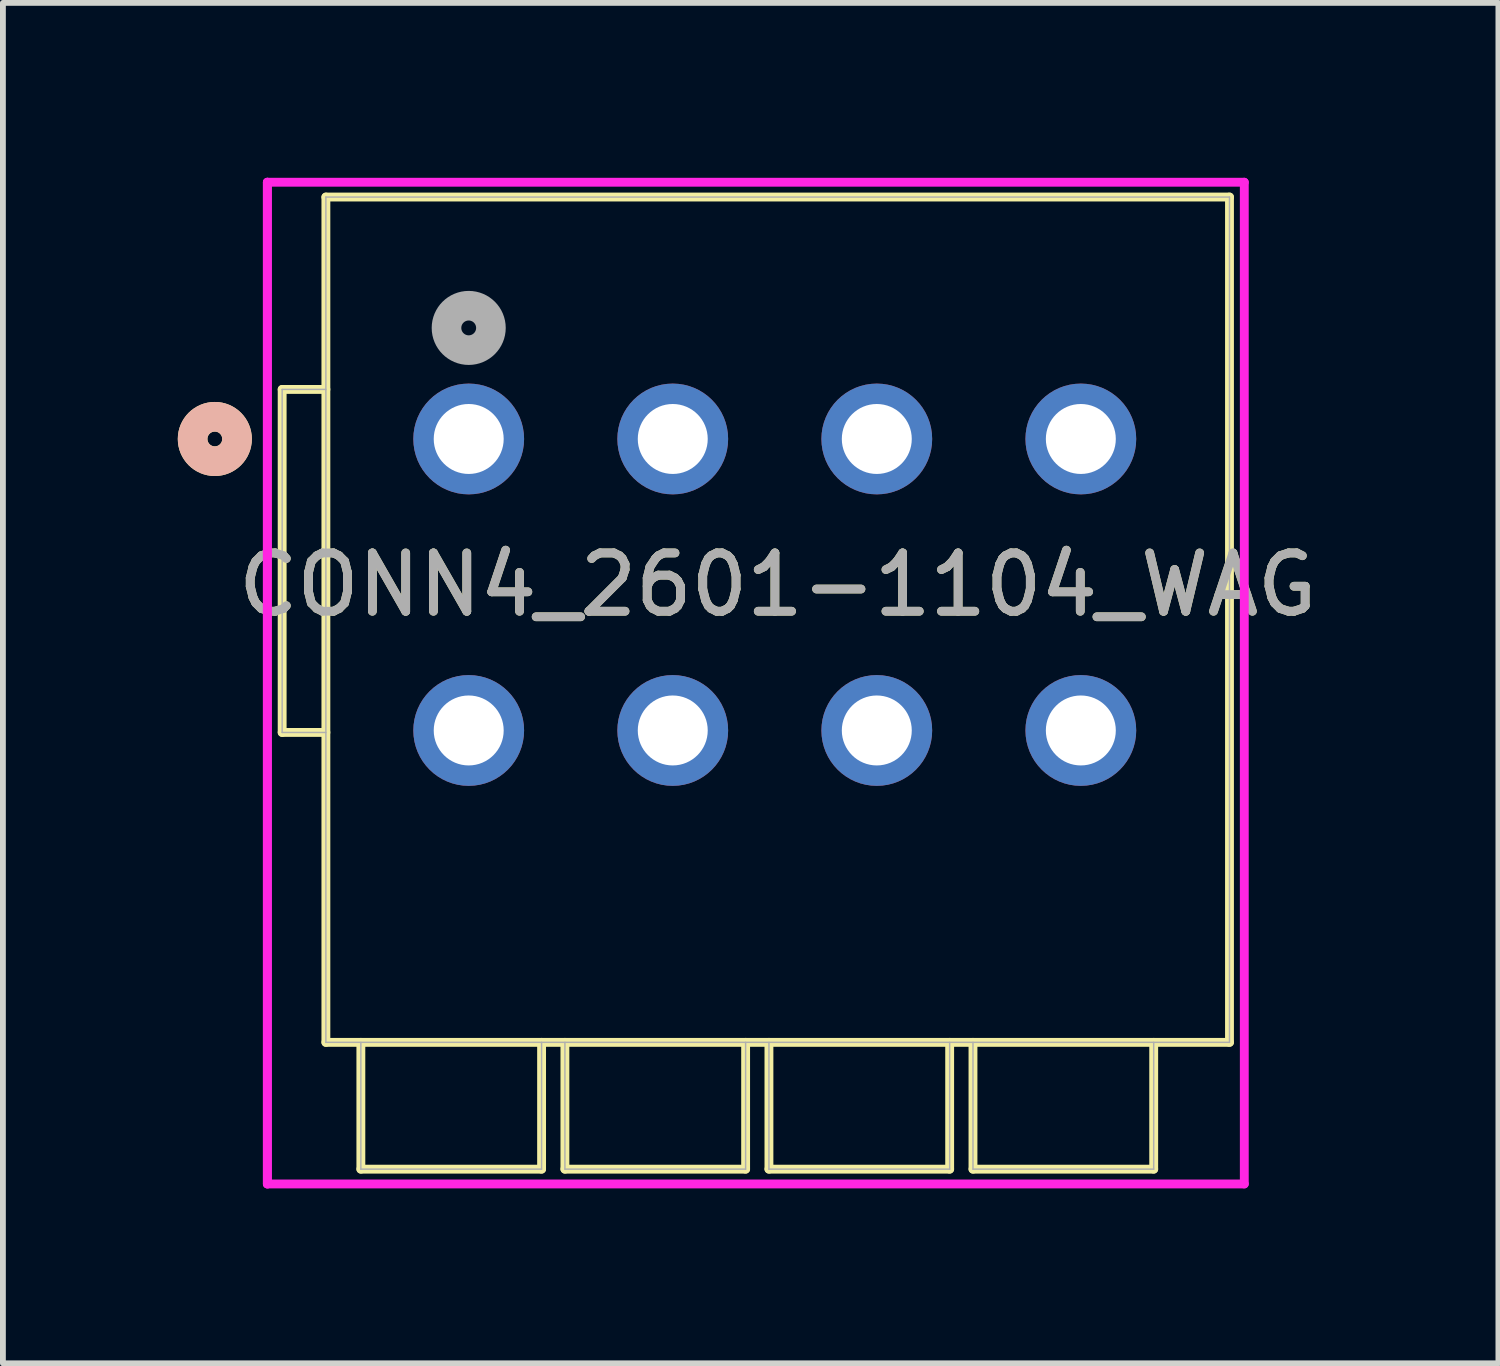
<source format=kicad_pcb>
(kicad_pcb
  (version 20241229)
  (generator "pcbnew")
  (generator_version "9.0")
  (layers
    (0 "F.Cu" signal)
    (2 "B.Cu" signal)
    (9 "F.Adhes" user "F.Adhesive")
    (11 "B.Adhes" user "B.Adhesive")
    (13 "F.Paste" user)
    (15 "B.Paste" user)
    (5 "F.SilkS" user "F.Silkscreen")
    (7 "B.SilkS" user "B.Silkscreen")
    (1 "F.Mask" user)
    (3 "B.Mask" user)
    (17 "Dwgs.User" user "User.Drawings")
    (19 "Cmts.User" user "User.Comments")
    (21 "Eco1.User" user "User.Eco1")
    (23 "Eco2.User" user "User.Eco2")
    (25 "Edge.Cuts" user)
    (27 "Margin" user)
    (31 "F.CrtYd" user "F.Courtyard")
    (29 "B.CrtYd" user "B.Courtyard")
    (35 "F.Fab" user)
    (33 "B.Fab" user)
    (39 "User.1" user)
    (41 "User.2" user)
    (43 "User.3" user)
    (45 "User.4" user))
  (footprint "CONN4_2601-1104_WAG"
    (layer "F.Cu")
    (at 4.99 4.48)
    (property "Reference" "CONN4_2601-1104_WAG" (at 5.3 2.5 0) (unlocked yes) (layer "F.SilkS") (effects (font (size 1 1) (thickness 0.15))))
    (attr through_hole)
    (fp_line (start -3.2 5.034) (end -3.2 -0.85) (stroke (width 0.152) (type solid)) (layer "F.SilkS"))
    (fp_line (start -2.45 -4.15) (end 13.05 -4.15) (stroke (width 0.152) (type solid)) (layer "F.SilkS"))
    (fp_line (start -2.45 10.35) (end -2.45 -4.15) (stroke (width 0.152) (type solid)) (layer "F.SilkS"))
    (fp_line (start -2.45 10.35) (end 13.05 10.35) (stroke (width 0.152) (type solid)) (layer "F.SilkS"))
    (fp_line (start -2.45 -0.85) (end -3.2 -0.85) (stroke (width 0.152) (type solid)) (layer "F.SilkS"))
    (fp_line (start -2.45 5.034) (end -3.2 5.034) (stroke (width 0.152) (type solid)) (layer "F.SilkS"))
    (fp_line (start -1.85 10.35) (end -1.85 12.525) (stroke (width 0.152) (type solid)) (layer "F.SilkS"))
    (fp_line (start -1.85 12.525) (end 1.25 12.525) (stroke (width 0.152) (type solid)) (layer "F.SilkS"))
    (fp_line (start 1.25 10.35) (end 1.25 12.525) (stroke (width 0.152) (type solid)) (layer "F.SilkS"))
    (fp_line (start 1.65 10.35) (end 1.65 12.525) (stroke (width 0.152) (type solid)) (layer "F.SilkS"))
    (fp_line (start 1.65 12.525) (end 4.75 12.525) (stroke (width 0.152) (type solid)) (layer "F.SilkS"))
    (fp_line (start 4.75 10.35) (end 4.75 12.525) (stroke (width 0.152) (type solid)) (layer "F.SilkS"))
    (fp_line (start 5.15 10.35) (end 5.15 12.525) (stroke (width 0.152) (type solid)) (layer "F.SilkS"))
    (fp_line (start 5.15 12.525) (end 8.25 12.525) (stroke (width 0.152) (type solid)) (layer "F.SilkS"))
    (fp_line (start 8.25 10.35) (end 8.25 12.525) (stroke (width 0.152) (type solid)) (layer "F.SilkS"))
    (fp_line (start 8.65 10.35) (end 8.65 12.525) (stroke (width 0.152) (type solid)) (layer "F.SilkS"))
    (fp_line (start 8.65 12.525) (end 11.75 12.525) (stroke (width 0.152) (type solid)) (layer "F.SilkS"))
    (fp_line (start 11.75 10.35) (end 11.75 12.525) (stroke (width 0.152) (type solid)) (layer "F.SilkS"))
    (fp_line (start 13.05 -4.15) (end 13.05 10.35) (stroke (width 0.152) (type solid)) (layer "F.SilkS"))
    (fp_circle (center -4.355 0) (end -3.974 0) (stroke (width 0.508) (type solid)) (fill no) (layer "F.SilkS"))
    (fp_circle (center -4.355 0) (end -3.974 0) (stroke (width 0.508) (type solid)) (fill no) (layer "B.SilkS"))
    (fp_line (start -3.454 -4.404) (end -3.454 12.779) (stroke (width 0.152) (type solid)) (layer "F.CrtYd"))
    (fp_line (start -3.454 -4.404) (end -3.454 12.779) (stroke (width 0.152) (type solid)) (layer "F.CrtYd"))
    (fp_line (start -3.454 12.779) (end 13.304 12.779) (stroke (width 0.152) (type solid)) (layer "F.CrtYd"))
    (fp_line (start 13.304 -4.404) (end -3.454 -4.404) (stroke (width 0.152) (type solid)) (layer "F.CrtYd"))
    (fp_line (start 13.304 12.779) (end 13.304 -4.404) (stroke (width 0.152) (type solid)) (layer "F.CrtYd"))
    (fp_line (start -3.2 5.034) (end -3.2 -0.85) (stroke (width 0.025) (type solid)) (layer "F.Fab"))
    (fp_line (start -2.45 -4.15) (end 13.05 -4.15) (stroke (width 0.025) (type solid)) (layer "F.Fab"))
    (fp_line (start -2.45 10.35) (end -2.45 -4.15) (stroke (width 0.025) (type solid)) (layer "F.Fab"))
    (fp_line (start -2.45 10.35) (end 13.05 10.35) (stroke (width 0.025) (type solid)) (layer "F.Fab"))
    (fp_line (start -2.45 -0.85) (end -3.2 -0.85) (stroke (width 0.025) (type solid)) (layer "F.Fab"))
    (fp_line (start -2.45 5.034) (end -3.2 5.034) (stroke (width 0.025) (type solid)) (layer "F.Fab"))
    (fp_line (start -1.85 10.35) (end -1.85 12.525) (stroke (width 0.025) (type solid)) (layer "F.Fab"))
    (fp_line (start -1.85 12.525) (end 1.25 12.525) (stroke (width 0.025) (type solid)) (layer "F.Fab"))
    (fp_line (start 1.25 10.35) (end 1.25 12.525) (stroke (width 0.025) (type solid)) (layer "F.Fab"))
    (fp_line (start 1.65 10.35) (end 1.65 12.525) (stroke (width 0.025) (type solid)) (layer "F.Fab"))
    (fp_line (start 1.65 12.525) (end 4.75 12.525) (stroke (width 0.025) (type solid)) (layer "F.Fab"))
    (fp_line (start 4.75 10.35) (end 4.75 12.525) (stroke (width 0.025) (type solid)) (layer "F.Fab"))
    (fp_line (start 5.15 10.35) (end 5.15 12.525) (stroke (width 0.025) (type solid)) (layer "F.Fab"))
    (fp_line (start 5.15 12.525) (end 8.25 12.525) (stroke (width 0.025) (type solid)) (layer "F.Fab"))
    (fp_line (start 8.25 10.35) (end 8.25 12.525) (stroke (width 0.025) (type solid)) (layer "F.Fab"))
    (fp_line (start 8.65 10.35) (end 8.65 12.525) (stroke (width 0.025) (type solid)) (layer "F.Fab"))
    (fp_line (start 8.65 12.525) (end 11.75 12.525) (stroke (width 0.025) (type solid)) (layer "F.Fab"))
    (fp_line (start 11.75 10.35) (end 11.75 12.525) (stroke (width 0.025) (type solid)) (layer "F.Fab"))
    (fp_line (start 13.05 -4.15) (end 13.05 10.35) (stroke (width 0.025) (type solid)) (layer "F.Fab"))
    (fp_circle (center 0 -1.905) (end 0.381 -1.905) (stroke (width 0.508) (type solid)) (fill no) (layer "F.Fab"))
    (fp_text user "${REFERENCE}" (at 5.3 2.5 0) (unlocked yes) (layer "F.Fab") (effects (font (size 1 1) (thickness 0.15))))
    (pad "1" thru_hole circle (at 0 0) (size 1.9 1.9) (drill 1.2) (layers "*.Cu" "*.Mask"))
    (pad "2" thru_hole circle (at 0 5) (size 1.9 1.9) (drill 1.2) (layers "*.Cu" "*.Mask"))
    (pad "3" thru_hole circle (at 3.5 0) (size 1.9 1.9) (drill 1.2) (layers "*.Cu" "*.Mask"))
    (pad "4" thru_hole circle (at 3.5 5) (size 1.9 1.9) (drill 1.2) (layers "*.Cu" "*.Mask"))
    (pad "5" thru_hole circle (at 7 0) (size 1.9 1.9) (drill 1.2) (layers "*.Cu" "*.Mask"))
    (pad "6" thru_hole circle (at 7 5) (size 1.9 1.9) (drill 1.2) (layers "*.Cu" "*.Mask"))
    (pad "7" thru_hole circle (at 10.5 0) (size 1.9 1.9) (drill 1.2) (layers "*.Cu" "*.Mask"))
    (pad "8" thru_hole circle (at 10.5 5) (size 1.9 1.9) (drill 1.2) (layers "*.Cu" "*.Mask")))
  (gr_rect
    (start -3 -3)
    (end 22.653 20.335)
    (stroke (width 0.1) (type default))
    (fill no)
    (layer "Edge.Cuts")))
</source>
